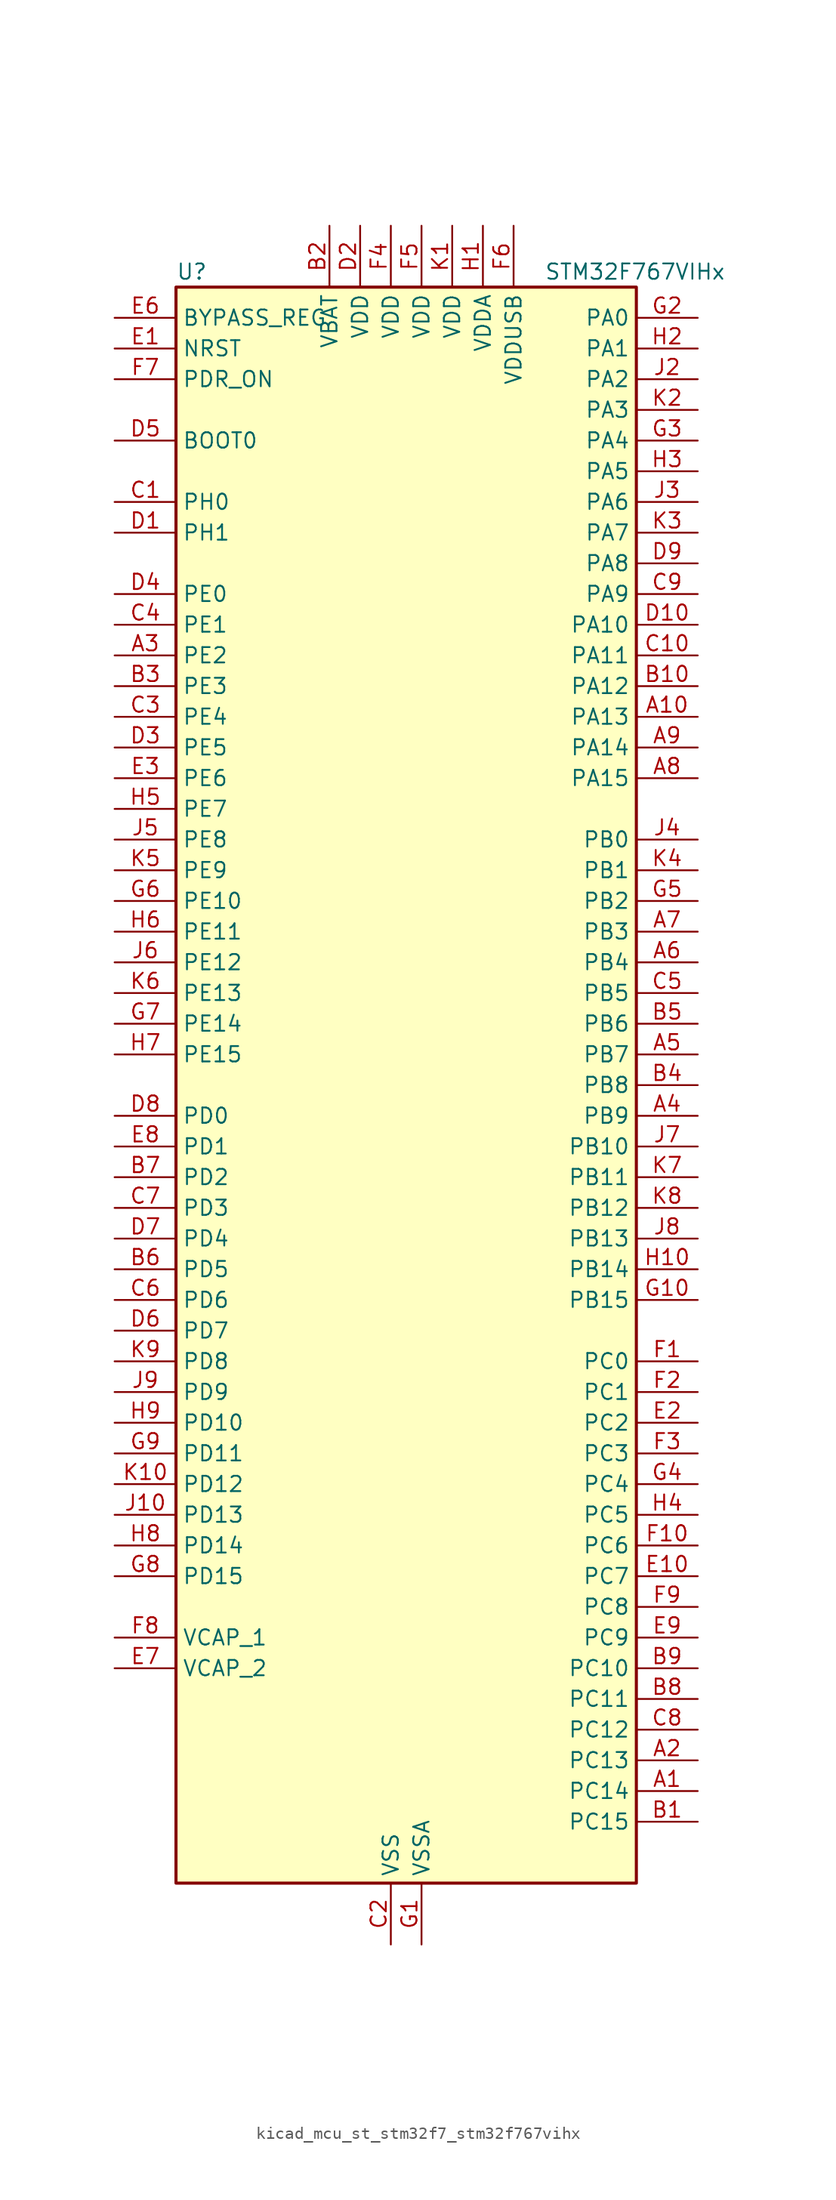
<source format=kicad_sym>
(kicad_symbol_lib
  (version 20220914)
  (generator kicad_symbol_editor)
  (symbol "kicad_mcu_st_stm32f7_stm32f767vihx"
    (property "Reference" "U"
      (at -17.78 67.31 0)
      (effects (font (size 1.27 1.27)) (justify left)))
    (property "Value" "STM32F767VIHx"
      (at 12.7 67.31 0)
      (effects (font (size 1.27 1.27)) (justify left)))
    (property "ki_locked" ""
      (at 0 0 0)
      (effects (font (size 1.27 1.27))))
    (symbol "kicad_mcu_st_stm32f7_stm32f767vihx_0_1"
      (rectangle (start -17.78 -66.04) (end 20.32 66.04) (stroke (width 0.254) (type default)) (fill (type background))))
    (symbol "kicad_mcu_st_stm32f7_stm32f767vihx_1_1"
      (pin bidirectional line (at 25.4 -58.42 180) (length 5.08) (name "PC14" (effects (font (size 1.27 1.27)))) (number "A1" (effects (font (size 1.27 1.27)))) (alternate "RCC_OSC32_IN" bidirectional line))
      (pin bidirectional line (at 25.4 30.48 180) (length 5.08) (name "PA13" (effects (font (size 1.27 1.27)))) (number "A10" (effects (font (size 1.27 1.27)))) (alternate "SYS_JTMS-SWDIO" bidirectional line))
      (pin bidirectional line (at 25.4 -55.88 180) (length 5.08) (name "PC13" (effects (font (size 1.27 1.27)))) (number "A2" (effects (font (size 1.27 1.27)))) (alternate "RTC_OUT" bidirectional line) (alternate "RTC_TAMP1" bidirectional line) (alternate "RTC_TS" bidirectional line) (alternate "SYS_WKUP4" bidirectional line))
      (pin bidirectional line (at -22.86 35.56 0) (length 5.08) (name "PE2" (effects (font (size 1.27 1.27)))) (number "A3" (effects (font (size 1.27 1.27)))) (alternate "ETH_TXD3" bidirectional line) (alternate "FMC_A23" bidirectional line) (alternate "QUADSPI_BK1_IO2" bidirectional line) (alternate "SAI1_MCLK_A" bidirectional line) (alternate "SPI4_SCK" bidirectional line) (alternate "SYS_TRACECLK" bidirectional line))
      (pin bidirectional line (at 25.4 -2.54 180) (length 5.08) (name "PB9" (effects (font (size 1.27 1.27)))) (number "A4" (effects (font (size 1.27 1.27)))) (alternate "CAN1_TX" bidirectional line) (alternate "DAC_EXTI9" bidirectional line) (alternate "DCMI_D7" bidirectional line) (alternate "DFSDM1_DATIN7" bidirectional line) (alternate "I2C1_SDA" bidirectional line) (alternate "I2C4_SDA" bidirectional line) (alternate "I2C4_SMBA" bidirectional line) (alternate "I2S2_WS" bidirectional line) (alternate "LTDC_B7" bidirectional line) (alternate "SDMMC1_D5" bidirectional line) (alternate "SDMMC2_D5" bidirectional line) (alternate "SPI2_NSS" bidirectional line) (alternate "TIM11_CH1" bidirectional line) (alternate "TIM4_CH4" bidirectional line) (alternate "UART5_TX" bidirectional line))
      (pin bidirectional line (at 25.4 2.54 180) (length 5.08) (name "PB7" (effects (font (size 1.27 1.27)))) (number "A5" (effects (font (size 1.27 1.27)))) (alternate "DCMI_VSYNC" bidirectional line) (alternate "DFSDM1_CKIN5" bidirectional line) (alternate "FMC_NL" bidirectional line) (alternate "I2C1_SDA" bidirectional line) (alternate "I2C4_SDA" bidirectional line) (alternate "TIM4_CH2" bidirectional line) (alternate "USART1_RX" bidirectional line))
      (pin bidirectional line (at 25.4 10.16 180) (length 5.08) (name "PB4" (effects (font (size 1.27 1.27)))) (number "A6" (effects (font (size 1.27 1.27)))) (alternate "CAN3_TX" bidirectional line) (alternate "I2S2_WS" bidirectional line) (alternate "SDMMC2_D3" bidirectional line) (alternate "SPI1_MISO" bidirectional line) (alternate "SPI2_NSS" bidirectional line) (alternate "SPI3_MISO" bidirectional line) (alternate "SPI6_MISO" bidirectional line) (alternate "SYS_JTRST" bidirectional line) (alternate "TIM3_CH1" bidirectional line) (alternate "UART7_TX" bidirectional line))
      (pin bidirectional line (at 25.4 12.7 180) (length 5.08) (name "PB3" (effects (font (size 1.27 1.27)))) (number "A7" (effects (font (size 1.27 1.27)))) (alternate "CAN3_RX" bidirectional line) (alternate "I2S1_CK" bidirectional line) (alternate "I2S3_CK" bidirectional line) (alternate "SDMMC2_D2" bidirectional line) (alternate "SPI1_SCK" bidirectional line) (alternate "SPI3_SCK" bidirectional line) (alternate "SPI6_SCK" bidirectional line) (alternate "SYS_JTDO-SWO" bidirectional line) (alternate "TIM2_CH2" bidirectional line) (alternate "UART7_RX" bidirectional line))
      (pin bidirectional line (at 25.4 25.4 180) (length 5.08) (name "PA15" (effects (font (size 1.27 1.27)))) (number "A8" (effects (font (size 1.27 1.27)))) (alternate "CAN3_TX" bidirectional line) (alternate "CEC" bidirectional line) (alternate "I2S1_WS" bidirectional line) (alternate "I2S3_WS" bidirectional line) (alternate "SPI1_NSS" bidirectional line) (alternate "SPI3_NSS" bidirectional line) (alternate "SPI6_NSS" bidirectional line) (alternate "SYS_JTDI" bidirectional line) (alternate "TIM2_CH1" bidirectional line) (alternate "TIM2_ETR" bidirectional line) (alternate "UART4_DE" bidirectional line) (alternate "UART4_RTS" bidirectional line) (alternate "UART7_TX" bidirectional line))
      (pin bidirectional line (at 25.4 27.94 180) (length 5.08) (name "PA14" (effects (font (size 1.27 1.27)))) (number "A9" (effects (font (size 1.27 1.27)))) (alternate "SYS_JTCK-SWCLK" bidirectional line))
      (pin bidirectional line (at 25.4 -60.96 180) (length 5.08) (name "PC15" (effects (font (size 1.27 1.27)))) (number "B1" (effects (font (size 1.27 1.27)))) (alternate "RCC_OSC32_OUT" bidirectional line))
      (pin bidirectional line (at 25.4 33.02 180) (length 5.08) (name "PA12" (effects (font (size 1.27 1.27)))) (number "B10" (effects (font (size 1.27 1.27)))) (alternate "CAN1_TX" bidirectional line) (alternate "I2S2_CK" bidirectional line) (alternate "LTDC_R5" bidirectional line) (alternate "SAI2_FS_B" bidirectional line) (alternate "SPI2_SCK" bidirectional line) (alternate "TIM1_ETR" bidirectional line) (alternate "UART4_TX" bidirectional line) (alternate "USART1_DE" bidirectional line) (alternate "USART1_RTS" bidirectional line) (alternate "USB_OTG_FS_DP" bidirectional line))
      (pin power_in line (at -5.08 71.12 270) (length 5.08) (name "VBAT" (effects (font (size 1.27 1.27)))) (number "B2" (effects (font (size 1.27 1.27)))))
      (pin bidirectional line (at -22.86 33.02 0) (length 5.08) (name "PE3" (effects (font (size 1.27 1.27)))) (number "B3" (effects (font (size 1.27 1.27)))) (alternate "FMC_A19" bidirectional line) (alternate "SAI1_SD_B" bidirectional line) (alternate "SYS_TRACED0" bidirectional line))
      (pin bidirectional line (at 25.4 0 180) (length 5.08) (name "PB8" (effects (font (size 1.27 1.27)))) (number "B4" (effects (font (size 1.27 1.27)))) (alternate "CAN1_RX" bidirectional line) (alternate "DCMI_D6" bidirectional line) (alternate "DFSDM1_CKIN7" bidirectional line) (alternate "ETH_TXD3" bidirectional line) (alternate "I2C1_SCL" bidirectional line) (alternate "I2C4_SCL" bidirectional line) (alternate "LTDC_B6" bidirectional line) (alternate "SDMMC1_D4" bidirectional line) (alternate "SDMMC2_D4" bidirectional line) (alternate "TIM10_CH1" bidirectional line) (alternate "TIM4_CH3" bidirectional line) (alternate "UART5_RX" bidirectional line))
      (pin bidirectional line (at 25.4 5.08 180) (length 5.08) (name "PB6" (effects (font (size 1.27 1.27)))) (number "B5" (effects (font (size 1.27 1.27)))) (alternate "CAN2_TX" bidirectional line) (alternate "CEC" bidirectional line) (alternate "DCMI_D5" bidirectional line) (alternate "DFSDM1_DATIN5" bidirectional line) (alternate "FMC_SDNE1" bidirectional line) (alternate "I2C1_SCL" bidirectional line) (alternate "I2C4_SCL" bidirectional line) (alternate "QUADSPI_BK1_NCS" bidirectional line) (alternate "TIM4_CH1" bidirectional line) (alternate "UART5_TX" bidirectional line) (alternate "USART1_TX" bidirectional line))
      (pin bidirectional line (at -22.86 -15.24 0) (length 5.08) (name "PD5" (effects (font (size 1.27 1.27)))) (number "B6" (effects (font (size 1.27 1.27)))) (alternate "FMC_NWE" bidirectional line) (alternate "USART2_TX" bidirectional line))
      (pin bidirectional line (at -22.86 -7.62 0) (length 5.08) (name "PD2" (effects (font (size 1.27 1.27)))) (number "B7" (effects (font (size 1.27 1.27)))) (alternate "DCMI_D11" bidirectional line) (alternate "SDMMC1_CMD" bidirectional line) (alternate "SYS_TRACED2" bidirectional line) (alternate "TIM3_ETR" bidirectional line) (alternate "UART5_RX" bidirectional line))
      (pin bidirectional line (at 25.4 -50.8 180) (length 5.08) (name "PC11" (effects (font (size 1.27 1.27)))) (number "B8" (effects (font (size 1.27 1.27)))) (alternate "ADC1_EXTI11" bidirectional line) (alternate "ADC2_EXTI11" bidirectional line) (alternate "ADC3_EXTI11" bidirectional line) (alternate "DCMI_D4" bidirectional line) (alternate "DFSDM1_DATIN5" bidirectional line) (alternate "QUADSPI_BK2_NCS" bidirectional line) (alternate "SDMMC1_D3" bidirectional line) (alternate "SPI3_MISO" bidirectional line) (alternate "UART4_RX" bidirectional line) (alternate "USART3_RX" bidirectional line))
      (pin bidirectional line (at 25.4 -48.26 180) (length 5.08) (name "PC10" (effects (font (size 1.27 1.27)))) (number "B9" (effects (font (size 1.27 1.27)))) (alternate "DCMI_D8" bidirectional line) (alternate "DFSDM1_CKIN5" bidirectional line) (alternate "I2S3_CK" bidirectional line) (alternate "LTDC_R2" bidirectional line) (alternate "QUADSPI_BK1_IO1" bidirectional line) (alternate "SDMMC1_D2" bidirectional line) (alternate "SPI3_SCK" bidirectional line) (alternate "UART4_TX" bidirectional line) (alternate "USART3_TX" bidirectional line))
      (pin bidirectional line (at -22.86 48.26 0) (length 5.08) (name "PH0" (effects (font (size 1.27 1.27)))) (number "C1" (effects (font (size 1.27 1.27)))) (alternate "RCC_OSC_IN" bidirectional line))
      (pin bidirectional line (at 25.4 35.56 180) (length 5.08) (name "PA11" (effects (font (size 1.27 1.27)))) (number "C10" (effects (font (size 1.27 1.27)))) (alternate "ADC1_EXTI11" bidirectional line) (alternate "ADC2_EXTI11" bidirectional line) (alternate "ADC3_EXTI11" bidirectional line) (alternate "CAN1_RX" bidirectional line) (alternate "I2S2_WS" bidirectional line) (alternate "LTDC_R4" bidirectional line) (alternate "SPI2_NSS" bidirectional line) (alternate "TIM1_CH4" bidirectional line) (alternate "UART4_RX" bidirectional line) (alternate "USART1_CTS" bidirectional line) (alternate "USB_OTG_FS_DM" bidirectional line))
      (pin power_in line (at 0 -71.12 90) (length 5.08) (name "VSS" (effects (font (size 1.27 1.27)))) (number "C2" (effects (font (size 1.27 1.27)))))
      (pin bidirectional line (at -22.86 30.48 0) (length 5.08) (name "PE4" (effects (font (size 1.27 1.27)))) (number "C3" (effects (font (size 1.27 1.27)))) (alternate "DCMI_D4" bidirectional line) (alternate "DFSDM1_DATIN3" bidirectional line) (alternate "FMC_A20" bidirectional line) (alternate "LTDC_B0" bidirectional line) (alternate "SAI1_FS_A" bidirectional line) (alternate "SPI4_NSS" bidirectional line) (alternate "SYS_TRACED1" bidirectional line))
      (pin bidirectional line (at -22.86 38.1 0) (length 5.08) (name "PE1" (effects (font (size 1.27 1.27)))) (number "C4" (effects (font (size 1.27 1.27)))) (alternate "DCMI_D3" bidirectional line) (alternate "FMC_NBL1" bidirectional line) (alternate "LPTIM1_IN2" bidirectional line) (alternate "UART8_TX" bidirectional line))
      (pin bidirectional line (at 25.4 7.62 180) (length 5.08) (name "PB5" (effects (font (size 1.27 1.27)))) (number "C5" (effects (font (size 1.27 1.27)))) (alternate "CAN2_RX" bidirectional line) (alternate "DCMI_D10" bidirectional line) (alternate "ETH_PPS_OUT" bidirectional line) (alternate "FMC_SDCKE1" bidirectional line) (alternate "I2C1_SMBA" bidirectional line) (alternate "I2S1_SD" bidirectional line) (alternate "I2S3_SD" bidirectional line) (alternate "LTDC_G7" bidirectional line) (alternate "SPI1_MOSI" bidirectional line) (alternate "SPI3_MOSI" bidirectional line) (alternate "SPI6_MOSI" bidirectional line) (alternate "TIM3_CH2" bidirectional line) (alternate "UART5_RX" bidirectional line) (alternate "USB_OTG_HS_ULPI_D7" bidirectional line))
      (pin bidirectional line (at -22.86 -17.78 0) (length 5.08) (name "PD6" (effects (font (size 1.27 1.27)))) (number "C6" (effects (font (size 1.27 1.27)))) (alternate "DCMI_D10" bidirectional line) (alternate "DFSDM1_CKIN4" bidirectional line) (alternate "DFSDM1_DATIN1" bidirectional line) (alternate "FMC_NWAIT" bidirectional line) (alternate "I2S3_SD" bidirectional line) (alternate "LTDC_B2" bidirectional line) (alternate "SAI1_SD_A" bidirectional line) (alternate "SDMMC2_CK" bidirectional line) (alternate "SPI3_MOSI" bidirectional line) (alternate "USART2_RX" bidirectional line))
      (pin bidirectional line (at -22.86 -10.16 0) (length 5.08) (name "PD3" (effects (font (size 1.27 1.27)))) (number "C7" (effects (font (size 1.27 1.27)))) (alternate "DCMI_D5" bidirectional line) (alternate "DFSDM1_CKOUT" bidirectional line) (alternate "DFSDM1_DATIN0" bidirectional line) (alternate "FMC_CLK" bidirectional line) (alternate "I2S2_CK" bidirectional line) (alternate "LTDC_G7" bidirectional line) (alternate "SPI2_SCK" bidirectional line) (alternate "USART2_CTS" bidirectional line))
      (pin bidirectional line (at 25.4 -53.34 180) (length 5.08) (name "PC12" (effects (font (size 1.27 1.27)))) (number "C8" (effects (font (size 1.27 1.27)))) (alternate "DCMI_D9" bidirectional line) (alternate "I2S3_SD" bidirectional line) (alternate "SDMMC1_CK" bidirectional line) (alternate "SPI3_MOSI" bidirectional line) (alternate "SYS_TRACED3" bidirectional line) (alternate "UART5_TX" bidirectional line) (alternate "USART3_CK" bidirectional line))
      (pin bidirectional line (at 25.4 40.64 180) (length 5.08) (name "PA9" (effects (font (size 1.27 1.27)))) (number "C9" (effects (font (size 1.27 1.27)))) (alternate "DAC_EXTI9" bidirectional line) (alternate "DCMI_D0" bidirectional line) (alternate "I2C3_SMBA" bidirectional line) (alternate "I2S2_CK" bidirectional line) (alternate "LTDC_R5" bidirectional line) (alternate "SPI2_SCK" bidirectional line) (alternate "TIM1_CH2" bidirectional line) (alternate "USART1_TX" bidirectional line) (alternate "USB_OTG_FS_VBUS" bidirectional line))
      (pin bidirectional line (at -22.86 45.72 0) (length 5.08) (name "PH1" (effects (font (size 1.27 1.27)))) (number "D1" (effects (font (size 1.27 1.27)))) (alternate "RCC_OSC_OUT" bidirectional line))
      (pin bidirectional line (at 25.4 38.1 180) (length 5.08) (name "PA10" (effects (font (size 1.27 1.27)))) (number "D10" (effects (font (size 1.27 1.27)))) (alternate "DCMI_D1" bidirectional line) (alternate "LTDC_B1" bidirectional line) (alternate "LTDC_B4" bidirectional line) (alternate "MDIOS_MDIO" bidirectional line) (alternate "TIM1_CH3" bidirectional line) (alternate "USART1_RX" bidirectional line) (alternate "USB_OTG_FS_ID" bidirectional line))
      (pin power_in line (at -2.54 71.12 270) (length 5.08) (name "VDD" (effects (font (size 1.27 1.27)))) (number "D2" (effects (font (size 1.27 1.27)))))
      (pin bidirectional line (at -22.86 27.94 0) (length 5.08) (name "PE5" (effects (font (size 1.27 1.27)))) (number "D3" (effects (font (size 1.27 1.27)))) (alternate "DCMI_D6" bidirectional line) (alternate "DFSDM1_CKIN3" bidirectional line) (alternate "FMC_A21" bidirectional line) (alternate "LTDC_G0" bidirectional line) (alternate "SAI1_SCK_A" bidirectional line) (alternate "SPI4_MISO" bidirectional line) (alternate "SYS_TRACED2" bidirectional line) (alternate "TIM9_CH1" bidirectional line))
      (pin bidirectional line (at -22.86 40.64 0) (length 5.08) (name "PE0" (effects (font (size 1.27 1.27)))) (number "D4" (effects (font (size 1.27 1.27)))) (alternate "DCMI_D2" bidirectional line) (alternate "FMC_NBL0" bidirectional line) (alternate "LPTIM1_ETR" bidirectional line) (alternate "SAI2_MCLK_A" bidirectional line) (alternate "TIM4_ETR" bidirectional line) (alternate "UART8_RX" bidirectional line))
      (pin input line (at -22.86 53.34 0) (length 5.08) (name "BOOT0" (effects (font (size 1.27 1.27)))) (number "D5" (effects (font (size 1.27 1.27)))))
      (pin bidirectional line (at -22.86 -20.32 0) (length 5.08) (name "PD7" (effects (font (size 1.27 1.27)))) (number "D6" (effects (font (size 1.27 1.27)))) (alternate "DFSDM1_CKIN1" bidirectional line) (alternate "DFSDM1_DATIN4" bidirectional line) (alternate "FMC_NE1" bidirectional line) (alternate "I2S1_SD" bidirectional line) (alternate "SDMMC2_CMD" bidirectional line) (alternate "SPDIFRX_IN0" bidirectional line) (alternate "SPI1_MOSI" bidirectional line) (alternate "USART2_CK" bidirectional line))
      (pin bidirectional line (at -22.86 -12.7 0) (length 5.08) (name "PD4" (effects (font (size 1.27 1.27)))) (number "D7" (effects (font (size 1.27 1.27)))) (alternate "DFSDM1_CKIN0" bidirectional line) (alternate "FMC_NOE" bidirectional line) (alternate "USART2_DE" bidirectional line) (alternate "USART2_RTS" bidirectional line))
      (pin bidirectional line (at -22.86 -2.54 0) (length 5.08) (name "PD0" (effects (font (size 1.27 1.27)))) (number "D8" (effects (font (size 1.27 1.27)))) (alternate "CAN1_RX" bidirectional line) (alternate "DFSDM1_CKIN6" bidirectional line) (alternate "DFSDM1_DATIN7" bidirectional line) (alternate "FMC_D2" bidirectional line) (alternate "FMC_DA2" bidirectional line) (alternate "UART4_RX" bidirectional line))
      (pin bidirectional line (at 25.4 43.18 180) (length 5.08) (name "PA8" (effects (font (size 1.27 1.27)))) (number "D9" (effects (font (size 1.27 1.27)))) (alternate "CAN3_RX" bidirectional line) (alternate "I2C3_SCL" bidirectional line) (alternate "LTDC_B3" bidirectional line) (alternate "LTDC_R6" bidirectional line) (alternate "RCC_MCO_1" bidirectional line) (alternate "TIM1_CH1" bidirectional line) (alternate "TIM8_BKIN2" bidirectional line) (alternate "UART7_RX" bidirectional line) (alternate "USART1_CK" bidirectional line) (alternate "USB_OTG_FS_SOF" bidirectional line))
      (pin input line (at -22.86 60.96 0) (length 5.08) (name "NRST" (effects (font (size 1.27 1.27)))) (number "E1" (effects (font (size 1.27 1.27)))))
      (pin bidirectional line (at 25.4 -40.64 180) (length 5.08) (name "PC7" (effects (font (size 1.27 1.27)))) (number "E10" (effects (font (size 1.27 1.27)))) (alternate "DCMI_D1" bidirectional line) (alternate "DFSDM1_DATIN3" bidirectional line) (alternate "FMC_NE1" bidirectional line) (alternate "I2S3_MCK" bidirectional line) (alternate "LTDC_G6" bidirectional line) (alternate "SDMMC1_D7" bidirectional line) (alternate "SDMMC2_D7" bidirectional line) (alternate "TIM3_CH2" bidirectional line) (alternate "TIM8_CH2" bidirectional line) (alternate "USART6_RX" bidirectional line))
      (pin bidirectional line (at 25.4 -27.94 180) (length 5.08) (name "PC2" (effects (font (size 1.27 1.27)))) (number "E2" (effects (font (size 1.27 1.27)))) (alternate "ADC1_IN12" bidirectional line) (alternate "ADC2_IN12" bidirectional line) (alternate "ADC3_IN12" bidirectional line) (alternate "DFSDM1_CKIN1" bidirectional line) (alternate "DFSDM1_CKOUT" bidirectional line) (alternate "ETH_TXD2" bidirectional line) (alternate "FMC_SDNE0" bidirectional line) (alternate "SPI2_MISO" bidirectional line) (alternate "USB_OTG_HS_ULPI_DIR" bidirectional line))
      (pin bidirectional line (at -22.86 25.4 0) (length 5.08) (name "PE6" (effects (font (size 1.27 1.27)))) (number "E3" (effects (font (size 1.27 1.27)))) (alternate "DCMI_D7" bidirectional line) (alternate "FMC_A22" bidirectional line) (alternate "LTDC_G1" bidirectional line) (alternate "SAI1_SD_A" bidirectional line) (alternate "SAI2_MCLK_B" bidirectional line) (alternate "SPI4_MOSI" bidirectional line) (alternate "SYS_TRACED3" bidirectional line) (alternate "TIM1_BKIN2" bidirectional line) (alternate "TIM9_CH2" bidirectional line))
      (pin passive line (at 0 -71.12 90) (length 5.08) hide (name "VSS" (effects (font (size 1.27 1.27)))) (number "E4" (effects (font (size 1.27 1.27)))))
      (pin passive line (at 0 -71.12 90) (length 5.08) hide (name "VSS" (effects (font (size 1.27 1.27)))) (number "E5" (effects (font (size 1.27 1.27)))))
      (pin input line (at -22.86 63.5 0) (length 5.08) (name "BYPASS_REG" (effects (font (size 1.27 1.27)))) (number "E6" (effects (font (size 1.27 1.27)))))
      (pin power_out line (at -22.86 -48.26 0) (length 5.08) (name "VCAP_2" (effects (font (size 1.27 1.27)))) (number "E7" (effects (font (size 1.27 1.27)))))
      (pin bidirectional line (at -22.86 -5.08 0) (length 5.08) (name "PD1" (effects (font (size 1.27 1.27)))) (number "E8" (effects (font (size 1.27 1.27)))) (alternate "CAN1_TX" bidirectional line) (alternate "DFSDM1_CKIN7" bidirectional line) (alternate "DFSDM1_DATIN6" bidirectional line) (alternate "FMC_D3" bidirectional line) (alternate "FMC_DA3" bidirectional line) (alternate "UART4_TX" bidirectional line))
      (pin bidirectional line (at 25.4 -45.72 180) (length 5.08) (name "PC9" (effects (font (size 1.27 1.27)))) (number "E9" (effects (font (size 1.27 1.27)))) (alternate "DAC_EXTI9" bidirectional line) (alternate "DCMI_D3" bidirectional line) (alternate "I2C3_SDA" bidirectional line) (alternate "I2S_CKIN" bidirectional line) (alternate "LTDC_B2" bidirectional line) (alternate "LTDC_G3" bidirectional line) (alternate "QUADSPI_BK1_IO0" bidirectional line) (alternate "RCC_MCO_2" bidirectional line) (alternate "SDMMC1_D1" bidirectional line) (alternate "TIM3_CH4" bidirectional line) (alternate "TIM8_CH4" bidirectional line) (alternate "UART5_CTS" bidirectional line))
      (pin bidirectional line (at 25.4 -22.86 180) (length 5.08) (name "PC0" (effects (font (size 1.27 1.27)))) (number "F1" (effects (font (size 1.27 1.27)))) (alternate "ADC1_IN10" bidirectional line) (alternate "ADC2_IN10" bidirectional line) (alternate "ADC3_IN10" bidirectional line) (alternate "DFSDM1_CKIN0" bidirectional line) (alternate "DFSDM1_DATIN4" bidirectional line) (alternate "FMC_SDNWE" bidirectional line) (alternate "LTDC_R5" bidirectional line) (alternate "SAI2_FS_B" bidirectional line) (alternate "USB_OTG_HS_ULPI_STP" bidirectional line))
      (pin bidirectional line (at 25.4 -38.1 180) (length 5.08) (name "PC6" (effects (font (size 1.27 1.27)))) (number "F10" (effects (font (size 1.27 1.27)))) (alternate "DCMI_D0" bidirectional line) (alternate "DFSDM1_CKIN3" bidirectional line) (alternate "FMC_NWAIT" bidirectional line) (alternate "I2S2_MCK" bidirectional line) (alternate "LTDC_HSYNC" bidirectional line) (alternate "SDMMC1_D6" bidirectional line) (alternate "SDMMC2_D6" bidirectional line) (alternate "TIM3_CH1" bidirectional line) (alternate "TIM8_CH1" bidirectional line) (alternate "USART6_TX" bidirectional line))
      (pin bidirectional line (at 25.4 -25.4 180) (length 5.08) (name "PC1" (effects (font (size 1.27 1.27)))) (number "F2" (effects (font (size 1.27 1.27)))) (alternate "ADC1_IN11" bidirectional line) (alternate "ADC2_IN11" bidirectional line) (alternate "ADC3_IN11" bidirectional line) (alternate "DFSDM1_CKIN4" bidirectional line) (alternate "DFSDM1_DATIN0" bidirectional line) (alternate "ETH_MDC" bidirectional line) (alternate "I2S2_SD" bidirectional line) (alternate "MDIOS_MDC" bidirectional line) (alternate "RTC_TAMP3" bidirectional line) (alternate "RTC_TS" bidirectional line) (alternate "SAI1_SD_A" bidirectional line) (alternate "SPI2_MOSI" bidirectional line) (alternate "SYS_TRACED0" bidirectional line) (alternate "SYS_WKUP3" bidirectional line))
      (pin bidirectional line (at 25.4 -30.48 180) (length 5.08) (name "PC3" (effects (font (size 1.27 1.27)))) (number "F3" (effects (font (size 1.27 1.27)))) (alternate "ADC1_IN13" bidirectional line) (alternate "ADC2_IN13" bidirectional line) (alternate "ADC3_IN13" bidirectional line) (alternate "DFSDM1_DATIN1" bidirectional line) (alternate "ETH_TX_CLK" bidirectional line) (alternate "FMC_SDCKE0" bidirectional line) (alternate "I2S2_SD" bidirectional line) (alternate "SPI2_MOSI" bidirectional line) (alternate "USB_OTG_HS_ULPI_NXT" bidirectional line))
      (pin power_in line (at 0 71.12 270) (length 5.08) (name "VDD" (effects (font (size 1.27 1.27)))) (number "F4" (effects (font (size 1.27 1.27)))))
      (pin power_in line (at 2.54 71.12 270) (length 5.08) (name "VDD" (effects (font (size 1.27 1.27)))) (number "F5" (effects (font (size 1.27 1.27)))))
      (pin power_in line (at 10.16 71.12 270) (length 5.08) (name "VDDUSB" (effects (font (size 1.27 1.27)))) (number "F6" (effects (font (size 1.27 1.27)))))
      (pin input line (at -22.86 58.42 0) (length 5.08) (name "PDR_ON" (effects (font (size 1.27 1.27)))) (number "F7" (effects (font (size 1.27 1.27)))))
      (pin power_out line (at -22.86 -45.72 0) (length 5.08) (name "VCAP_1" (effects (font (size 1.27 1.27)))) (number "F8" (effects (font (size 1.27 1.27)))))
      (pin bidirectional line (at 25.4 -43.18 180) (length 5.08) (name "PC8" (effects (font (size 1.27 1.27)))) (number "F9" (effects (font (size 1.27 1.27)))) (alternate "DCMI_D2" bidirectional line) (alternate "FMC_NCE" bidirectional line) (alternate "FMC_NE2" bidirectional line) (alternate "SDMMC1_D0" bidirectional line) (alternate "SYS_TRACED1" bidirectional line) (alternate "TIM3_CH3" bidirectional line) (alternate "TIM8_CH3" bidirectional line) (alternate "UART5_DE" bidirectional line) (alternate "UART5_RTS" bidirectional line) (alternate "USART6_CK" bidirectional line))
      (pin power_in line (at 2.54 -71.12 90) (length 5.08) (name "VSSA" (effects (font (size 1.27 1.27)))) (number "G1" (effects (font (size 1.27 1.27)))))
      (pin bidirectional line (at 25.4 -17.78 180) (length 5.08) (name "PB15" (effects (font (size 1.27 1.27)))) (number "G10" (effects (font (size 1.27 1.27)))) (alternate "DFSDM1_CKIN2" bidirectional line) (alternate "I2S2_SD" bidirectional line) (alternate "RTC_REFIN" bidirectional line) (alternate "SDMMC2_D1" bidirectional line) (alternate "SPI2_MOSI" bidirectional line) (alternate "TIM12_CH2" bidirectional line) (alternate "TIM1_CH3N" bidirectional line) (alternate "TIM8_CH3N" bidirectional line) (alternate "UART4_CTS" bidirectional line) (alternate "USART1_RX" bidirectional line) (alternate "USB_OTG_HS_DP" bidirectional line))
      (pin bidirectional line (at 25.4 63.5 180) (length 5.08) (name "PA0" (effects (font (size 1.27 1.27)))) (number "G2" (effects (font (size 1.27 1.27)))) (alternate "ADC1_IN0" bidirectional line) (alternate "ADC2_IN0" bidirectional line) (alternate "ADC3_IN0" bidirectional line) (alternate "ETH_CRS" bidirectional line) (alternate "SAI2_SD_B" bidirectional line) (alternate "SYS_WKUP1" bidirectional line) (alternate "TIM2_CH1" bidirectional line) (alternate "TIM2_ETR" bidirectional line) (alternate "TIM5_CH1" bidirectional line) (alternate "TIM8_ETR" bidirectional line) (alternate "UART4_TX" bidirectional line) (alternate "USART2_CTS" bidirectional line))
      (pin bidirectional line (at 25.4 53.34 180) (length 5.08) (name "PA4" (effects (font (size 1.27 1.27)))) (number "G3" (effects (font (size 1.27 1.27)))) (alternate "ADC1_IN4" bidirectional line) (alternate "ADC2_IN4" bidirectional line) (alternate "DAC_OUT1" bidirectional line) (alternate "DCMI_HSYNC" bidirectional line) (alternate "I2S1_WS" bidirectional line) (alternate "I2S3_WS" bidirectional line) (alternate "LTDC_VSYNC" bidirectional line) (alternate "SPI1_NSS" bidirectional line) (alternate "SPI3_NSS" bidirectional line) (alternate "SPI6_NSS" bidirectional line) (alternate "USART2_CK" bidirectional line) (alternate "USB_OTG_HS_SOF" bidirectional line))
      (pin bidirectional line (at 25.4 -33.02 180) (length 5.08) (name "PC4" (effects (font (size 1.27 1.27)))) (number "G4" (effects (font (size 1.27 1.27)))) (alternate "ADC1_IN14" bidirectional line) (alternate "ADC2_IN14" bidirectional line) (alternate "DFSDM1_CKIN2" bidirectional line) (alternate "ETH_RXD0" bidirectional line) (alternate "FMC_SDNE0" bidirectional line) (alternate "I2S1_MCK" bidirectional line) (alternate "SPDIFRX_IN2" bidirectional line))
      (pin bidirectional line (at 25.4 15.24 180) (length 5.08) (name "PB2" (effects (font (size 1.27 1.27)))) (number "G5" (effects (font (size 1.27 1.27)))) (alternate "DFSDM1_CKIN1" bidirectional line) (alternate "I2S3_SD" bidirectional line) (alternate "QUADSPI_CLK" bidirectional line) (alternate "SAI1_SD_A" bidirectional line) (alternate "SPI3_MOSI" bidirectional line))
      (pin bidirectional line (at -22.86 15.24 0) (length 5.08) (name "PE10" (effects (font (size 1.27 1.27)))) (number "G6" (effects (font (size 1.27 1.27)))) (alternate "DFSDM1_DATIN4" bidirectional line) (alternate "FMC_D7" bidirectional line) (alternate "FMC_DA7" bidirectional line) (alternate "QUADSPI_BK2_IO3" bidirectional line) (alternate "TIM1_CH2N" bidirectional line) (alternate "UART7_CTS" bidirectional line))
      (pin bidirectional line (at -22.86 5.08 0) (length 5.08) (name "PE14" (effects (font (size 1.27 1.27)))) (number "G7" (effects (font (size 1.27 1.27)))) (alternate "FMC_D11" bidirectional line) (alternate "FMC_DA11" bidirectional line) (alternate "LTDC_CLK" bidirectional line) (alternate "SAI2_MCLK_B" bidirectional line) (alternate "SPI4_MOSI" bidirectional line) (alternate "TIM1_CH4" bidirectional line))
      (pin bidirectional line (at -22.86 -40.64 0) (length 5.08) (name "PD15" (effects (font (size 1.27 1.27)))) (number "G8" (effects (font (size 1.27 1.27)))) (alternate "FMC_D1" bidirectional line) (alternate "FMC_DA1" bidirectional line) (alternate "TIM4_CH4" bidirectional line) (alternate "UART8_DE" bidirectional line) (alternate "UART8_RTS" bidirectional line))
      (pin bidirectional line (at -22.86 -30.48 0) (length 5.08) (name "PD11" (effects (font (size 1.27 1.27)))) (number "G9" (effects (font (size 1.27 1.27)))) (alternate "ADC1_EXTI11" bidirectional line) (alternate "ADC2_EXTI11" bidirectional line) (alternate "ADC3_EXTI11" bidirectional line) (alternate "FMC_A16" bidirectional line) (alternate "FMC_CLE" bidirectional line) (alternate "I2C4_SMBA" bidirectional line) (alternate "QUADSPI_BK1_IO0" bidirectional line) (alternate "SAI2_SD_A" bidirectional line) (alternate "USART3_CTS" bidirectional line))
      (pin power_in line (at 7.62 71.12 270) (length 5.08) (name "VDDA" (effects (font (size 1.27 1.27)))) (number "H1" (effects (font (size 1.27 1.27)))))
      (pin bidirectional line (at 25.4 -15.24 180) (length 5.08) (name "PB14" (effects (font (size 1.27 1.27)))) (number "H10" (effects (font (size 1.27 1.27)))) (alternate "DFSDM1_DATIN2" bidirectional line) (alternate "SDMMC2_D0" bidirectional line) (alternate "SPI2_MISO" bidirectional line) (alternate "TIM12_CH1" bidirectional line) (alternate "TIM1_CH2N" bidirectional line) (alternate "TIM8_CH2N" bidirectional line) (alternate "UART4_DE" bidirectional line) (alternate "UART4_RTS" bidirectional line) (alternate "USART1_TX" bidirectional line) (alternate "USART3_DE" bidirectional line) (alternate "USART3_RTS" bidirectional line) (alternate "USB_OTG_HS_DM" bidirectional line))
      (pin bidirectional line (at 25.4 60.96 180) (length 5.08) (name "PA1" (effects (font (size 1.27 1.27)))) (number "H2" (effects (font (size 1.27 1.27)))) (alternate "ADC1_IN1" bidirectional line) (alternate "ADC2_IN1" bidirectional line) (alternate "ADC3_IN1" bidirectional line) (alternate "ETH_REF_CLK" bidirectional line) (alternate "ETH_RX_CLK" bidirectional line) (alternate "LTDC_R2" bidirectional line) (alternate "QUADSPI_BK1_IO3" bidirectional line) (alternate "SAI2_MCLK_B" bidirectional line) (alternate "TIM2_CH2" bidirectional line) (alternate "TIM5_CH2" bidirectional line) (alternate "UART4_RX" bidirectional line) (alternate "USART2_DE" bidirectional line) (alternate "USART2_RTS" bidirectional line))
      (pin bidirectional line (at 25.4 50.8 180) (length 5.08) (name "PA5" (effects (font (size 1.27 1.27)))) (number "H3" (effects (font (size 1.27 1.27)))) (alternate "ADC1_IN5" bidirectional line) (alternate "ADC2_IN5" bidirectional line) (alternate "DAC_OUT2" bidirectional line) (alternate "I2S1_CK" bidirectional line) (alternate "LTDC_R4" bidirectional line) (alternate "SPI1_SCK" bidirectional line) (alternate "SPI6_SCK" bidirectional line) (alternate "TIM2_CH1" bidirectional line) (alternate "TIM2_ETR" bidirectional line) (alternate "TIM8_CH1N" bidirectional line) (alternate "USB_OTG_HS_ULPI_CK" bidirectional line))
      (pin bidirectional line (at 25.4 -35.56 180) (length 5.08) (name "PC5" (effects (font (size 1.27 1.27)))) (number "H4" (effects (font (size 1.27 1.27)))) (alternate "ADC1_IN15" bidirectional line) (alternate "ADC2_IN15" bidirectional line) (alternate "DFSDM1_DATIN2" bidirectional line) (alternate "ETH_RXD1" bidirectional line) (alternate "FMC_SDCKE0" bidirectional line) (alternate "SPDIFRX_IN3" bidirectional line))
      (pin bidirectional line (at -22.86 22.86 0) (length 5.08) (name "PE7" (effects (font (size 1.27 1.27)))) (number "H5" (effects (font (size 1.27 1.27)))) (alternate "DFSDM1_DATIN2" bidirectional line) (alternate "FMC_D4" bidirectional line) (alternate "FMC_DA4" bidirectional line) (alternate "QUADSPI_BK2_IO0" bidirectional line) (alternate "TIM1_ETR" bidirectional line) (alternate "UART7_RX" bidirectional line))
      (pin bidirectional line (at -22.86 12.7 0) (length 5.08) (name "PE11" (effects (font (size 1.27 1.27)))) (number "H6" (effects (font (size 1.27 1.27)))) (alternate "ADC1_EXTI11" bidirectional line) (alternate "ADC2_EXTI11" bidirectional line) (alternate "ADC3_EXTI11" bidirectional line) (alternate "DFSDM1_CKIN4" bidirectional line) (alternate "FMC_D8" bidirectional line) (alternate "FMC_DA8" bidirectional line) (alternate "LTDC_G3" bidirectional line) (alternate "SAI2_SD_B" bidirectional line) (alternate "SPI4_NSS" bidirectional line) (alternate "TIM1_CH2" bidirectional line))
      (pin bidirectional line (at -22.86 2.54 0) (length 5.08) (name "PE15" (effects (font (size 1.27 1.27)))) (number "H7" (effects (font (size 1.27 1.27)))) (alternate "FMC_D12" bidirectional line) (alternate "FMC_DA12" bidirectional line) (alternate "LTDC_R7" bidirectional line) (alternate "TIM1_BKIN" bidirectional line))
      (pin bidirectional line (at -22.86 -38.1 0) (length 5.08) (name "PD14" (effects (font (size 1.27 1.27)))) (number "H8" (effects (font (size 1.27 1.27)))) (alternate "FMC_D0" bidirectional line) (alternate "FMC_DA0" bidirectional line) (alternate "TIM4_CH3" bidirectional line) (alternate "UART8_CTS" bidirectional line))
      (pin bidirectional line (at -22.86 -27.94 0) (length 5.08) (name "PD10" (effects (font (size 1.27 1.27)))) (number "H9" (effects (font (size 1.27 1.27)))) (alternate "DFSDM1_CKOUT" bidirectional line) (alternate "FMC_D15" bidirectional line) (alternate "FMC_DA15" bidirectional line) (alternate "LTDC_B3" bidirectional line) (alternate "USART3_CK" bidirectional line))
      (pin passive line (at 0 -71.12 90) (length 5.08) hide (name "VSS" (effects (font (size 1.27 1.27)))) (number "J1" (effects (font (size 1.27 1.27)))))
      (pin bidirectional line (at -22.86 -35.56 0) (length 5.08) (name "PD13" (effects (font (size 1.27 1.27)))) (number "J10" (effects (font (size 1.27 1.27)))) (alternate "FMC_A18" bidirectional line) (alternate "I2C4_SDA" bidirectional line) (alternate "LPTIM1_OUT" bidirectional line) (alternate "QUADSPI_BK1_IO3" bidirectional line) (alternate "SAI2_SCK_A" bidirectional line) (alternate "TIM4_CH2" bidirectional line))
      (pin bidirectional line (at 25.4 58.42 180) (length 5.08) (name "PA2" (effects (font (size 1.27 1.27)))) (number "J2" (effects (font (size 1.27 1.27)))) (alternate "ADC1_IN2" bidirectional line) (alternate "ADC2_IN2" bidirectional line) (alternate "ADC3_IN2" bidirectional line) (alternate "ETH_MDIO" bidirectional line) (alternate "LTDC_R1" bidirectional line) (alternate "MDIOS_MDIO" bidirectional line) (alternate "SAI2_SCK_B" bidirectional line) (alternate "SYS_WKUP2" bidirectional line) (alternate "TIM2_CH3" bidirectional line) (alternate "TIM5_CH3" bidirectional line) (alternate "TIM9_CH1" bidirectional line) (alternate "USART2_TX" bidirectional line))
      (pin bidirectional line (at 25.4 48.26 180) (length 5.08) (name "PA6" (effects (font (size 1.27 1.27)))) (number "J3" (effects (font (size 1.27 1.27)))) (alternate "ADC1_IN6" bidirectional line) (alternate "ADC2_IN6" bidirectional line) (alternate "DCMI_PIXCLK" bidirectional line) (alternate "LTDC_G2" bidirectional line) (alternate "MDIOS_MDC" bidirectional line) (alternate "SPI1_MISO" bidirectional line) (alternate "SPI6_MISO" bidirectional line) (alternate "TIM13_CH1" bidirectional line) (alternate "TIM1_BKIN" bidirectional line) (alternate "TIM3_CH1" bidirectional line) (alternate "TIM8_BKIN" bidirectional line))
      (pin bidirectional line (at 25.4 20.32 180) (length 5.08) (name "PB0" (effects (font (size 1.27 1.27)))) (number "J4" (effects (font (size 1.27 1.27)))) (alternate "ADC1_IN8" bidirectional line) (alternate "ADC2_IN8" bidirectional line) (alternate "DFSDM1_CKOUT" bidirectional line) (alternate "ETH_RXD2" bidirectional line) (alternate "LTDC_G1" bidirectional line) (alternate "LTDC_R3" bidirectional line) (alternate "TIM1_CH2N" bidirectional line) (alternate "TIM3_CH3" bidirectional line) (alternate "TIM8_CH2N" bidirectional line) (alternate "UART4_CTS" bidirectional line) (alternate "USB_OTG_HS_ULPI_D1" bidirectional line))
      (pin bidirectional line (at -22.86 20.32 0) (length 5.08) (name "PE8" (effects (font (size 1.27 1.27)))) (number "J5" (effects (font (size 1.27 1.27)))) (alternate "DFSDM1_CKIN2" bidirectional line) (alternate "FMC_D5" bidirectional line) (alternate "FMC_DA5" bidirectional line) (alternate "QUADSPI_BK2_IO1" bidirectional line) (alternate "TIM1_CH1N" bidirectional line) (alternate "UART7_TX" bidirectional line))
      (pin bidirectional line (at -22.86 10.16 0) (length 5.08) (name "PE12" (effects (font (size 1.27 1.27)))) (number "J6" (effects (font (size 1.27 1.27)))) (alternate "DFSDM1_DATIN5" bidirectional line) (alternate "FMC_D9" bidirectional line) (alternate "FMC_DA9" bidirectional line) (alternate "LTDC_B4" bidirectional line) (alternate "SAI2_SCK_B" bidirectional line) (alternate "SPI4_SCK" bidirectional line) (alternate "TIM1_CH3N" bidirectional line))
      (pin bidirectional line (at 25.4 -5.08 180) (length 5.08) (name "PB10" (effects (font (size 1.27 1.27)))) (number "J7" (effects (font (size 1.27 1.27)))) (alternate "DFSDM1_DATIN7" bidirectional line) (alternate "ETH_RX_ER" bidirectional line) (alternate "I2C2_SCL" bidirectional line) (alternate "I2S2_CK" bidirectional line) (alternate "LTDC_G4" bidirectional line) (alternate "QUADSPI_BK1_NCS" bidirectional line) (alternate "SPI2_SCK" bidirectional line) (alternate "TIM2_CH3" bidirectional line) (alternate "USART3_TX" bidirectional line) (alternate "USB_OTG_HS_ULPI_D3" bidirectional line))
      (pin bidirectional line (at 25.4 -12.7 180) (length 5.08) (name "PB13" (effects (font (size 1.27 1.27)))) (number "J8" (effects (font (size 1.27 1.27)))) (alternate "CAN2_TX" bidirectional line) (alternate "DFSDM1_CKIN1" bidirectional line) (alternate "ETH_TXD1" bidirectional line) (alternate "I2S2_CK" bidirectional line) (alternate "SPI2_SCK" bidirectional line) (alternate "TIM1_CH1N" bidirectional line) (alternate "UART5_TX" bidirectional line) (alternate "USART3_CTS" bidirectional line) (alternate "USB_OTG_HS_ULPI_D6" bidirectional line) (alternate "USB_OTG_HS_VBUS" bidirectional line))
      (pin bidirectional line (at -22.86 -25.4 0) (length 5.08) (name "PD9" (effects (font (size 1.27 1.27)))) (number "J9" (effects (font (size 1.27 1.27)))) (alternate "DAC_EXTI9" bidirectional line) (alternate "DFSDM1_DATIN3" bidirectional line) (alternate "FMC_D14" bidirectional line) (alternate "FMC_DA14" bidirectional line) (alternate "USART3_RX" bidirectional line))
      (pin power_in line (at 5.08 71.12 270) (length 5.08) (name "VDD" (effects (font (size 1.27 1.27)))) (number "K1" (effects (font (size 1.27 1.27)))))
      (pin bidirectional line (at -22.86 -33.02 0) (length 5.08) (name "PD12" (effects (font (size 1.27 1.27)))) (number "K10" (effects (font (size 1.27 1.27)))) (alternate "FMC_A17" bidirectional line) (alternate "FMC_ALE" bidirectional line) (alternate "I2C4_SCL" bidirectional line) (alternate "LPTIM1_IN1" bidirectional line) (alternate "QUADSPI_BK1_IO1" bidirectional line) (alternate "SAI2_FS_A" bidirectional line) (alternate "TIM4_CH1" bidirectional line) (alternate "USART3_DE" bidirectional line) (alternate "USART3_RTS" bidirectional line))
      (pin bidirectional line (at 25.4 55.88 180) (length 5.08) (name "PA3" (effects (font (size 1.27 1.27)))) (number "K2" (effects (font (size 1.27 1.27)))) (alternate "ADC1_IN3" bidirectional line) (alternate "ADC2_IN3" bidirectional line) (alternate "ADC3_IN3" bidirectional line) (alternate "ETH_COL" bidirectional line) (alternate "LTDC_B2" bidirectional line) (alternate "LTDC_B5" bidirectional line) (alternate "TIM2_CH4" bidirectional line) (alternate "TIM5_CH4" bidirectional line) (alternate "TIM9_CH2" bidirectional line) (alternate "USART2_RX" bidirectional line) (alternate "USB_OTG_HS_ULPI_D0" bidirectional line))
      (pin bidirectional line (at 25.4 45.72 180) (length 5.08) (name "PA7" (effects (font (size 1.27 1.27)))) (number "K3" (effects (font (size 1.27 1.27)))) (alternate "ADC1_IN7" bidirectional line) (alternate "ADC2_IN7" bidirectional line) (alternate "ETH_CRS_DV" bidirectional line) (alternate "ETH_RX_DV" bidirectional line) (alternate "FMC_SDNWE" bidirectional line) (alternate "I2S1_SD" bidirectional line) (alternate "SPI1_MOSI" bidirectional line) (alternate "SPI6_MOSI" bidirectional line) (alternate "TIM14_CH1" bidirectional line) (alternate "TIM1_CH1N" bidirectional line) (alternate "TIM3_CH2" bidirectional line) (alternate "TIM8_CH1N" bidirectional line))
      (pin bidirectional line (at 25.4 17.78 180) (length 5.08) (name "PB1" (effects (font (size 1.27 1.27)))) (number "K4" (effects (font (size 1.27 1.27)))) (alternate "ADC1_IN9" bidirectional line) (alternate "ADC2_IN9" bidirectional line) (alternate "DFSDM1_DATIN1" bidirectional line) (alternate "ETH_RXD3" bidirectional line) (alternate "LTDC_G0" bidirectional line) (alternate "LTDC_R6" bidirectional line) (alternate "TIM1_CH3N" bidirectional line) (alternate "TIM3_CH4" bidirectional line) (alternate "TIM8_CH3N" bidirectional line) (alternate "USB_OTG_HS_ULPI_D2" bidirectional line))
      (pin bidirectional line (at -22.86 17.78 0) (length 5.08) (name "PE9" (effects (font (size 1.27 1.27)))) (number "K5" (effects (font (size 1.27 1.27)))) (alternate "DAC_EXTI9" bidirectional line) (alternate "DFSDM1_CKOUT" bidirectional line) (alternate "FMC_D6" bidirectional line) (alternate "FMC_DA6" bidirectional line) (alternate "QUADSPI_BK2_IO2" bidirectional line) (alternate "TIM1_CH1" bidirectional line) (alternate "UART7_DE" bidirectional line) (alternate "UART7_RTS" bidirectional line))
      (pin bidirectional line (at -22.86 7.62 0) (length 5.08) (name "PE13" (effects (font (size 1.27 1.27)))) (number "K6" (effects (font (size 1.27 1.27)))) (alternate "DFSDM1_CKIN5" bidirectional line) (alternate "FMC_D10" bidirectional line) (alternate "FMC_DA10" bidirectional line) (alternate "LTDC_DE" bidirectional line) (alternate "SAI2_FS_B" bidirectional line) (alternate "SPI4_MISO" bidirectional line) (alternate "TIM1_CH3" bidirectional line))
      (pin bidirectional line (at 25.4 -7.62 180) (length 5.08) (name "PB11" (effects (font (size 1.27 1.27)))) (number "K7" (effects (font (size 1.27 1.27)))) (alternate "ADC1_EXTI11" bidirectional line) (alternate "ADC2_EXTI11" bidirectional line) (alternate "ADC3_EXTI11" bidirectional line) (alternate "DFSDM1_CKIN7" bidirectional line) (alternate "ETH_TX_EN" bidirectional line) (alternate "I2C2_SDA" bidirectional line) (alternate "LTDC_G5" bidirectional line) (alternate "TIM2_CH4" bidirectional line) (alternate "USART3_RX" bidirectional line) (alternate "USB_OTG_HS_ULPI_D4" bidirectional line))
      (pin bidirectional line (at 25.4 -10.16 180) (length 5.08) (name "PB12" (effects (font (size 1.27 1.27)))) (number "K8" (effects (font (size 1.27 1.27)))) (alternate "CAN2_RX" bidirectional line) (alternate "DFSDM1_DATIN1" bidirectional line) (alternate "ETH_TXD0" bidirectional line) (alternate "I2C2_SMBA" bidirectional line) (alternate "I2S2_WS" bidirectional line) (alternate "SPI2_NSS" bidirectional line) (alternate "TIM1_BKIN" bidirectional line) (alternate "UART5_RX" bidirectional line) (alternate "USART3_CK" bidirectional line) (alternate "USB_OTG_HS_ID" bidirectional line) (alternate "USB_OTG_HS_ULPI_D5" bidirectional line))
      (pin bidirectional line (at -22.86 -22.86 0) (length 5.08) (name "PD8" (effects (font (size 1.27 1.27)))) (number "K9" (effects (font (size 1.27 1.27)))) (alternate "DFSDM1_CKIN3" bidirectional line) (alternate "FMC_D13" bidirectional line) (alternate "FMC_DA13" bidirectional line) (alternate "SPDIFRX_IN1" bidirectional line) (alternate "USART3_TX" bidirectional line)))))
</source>
